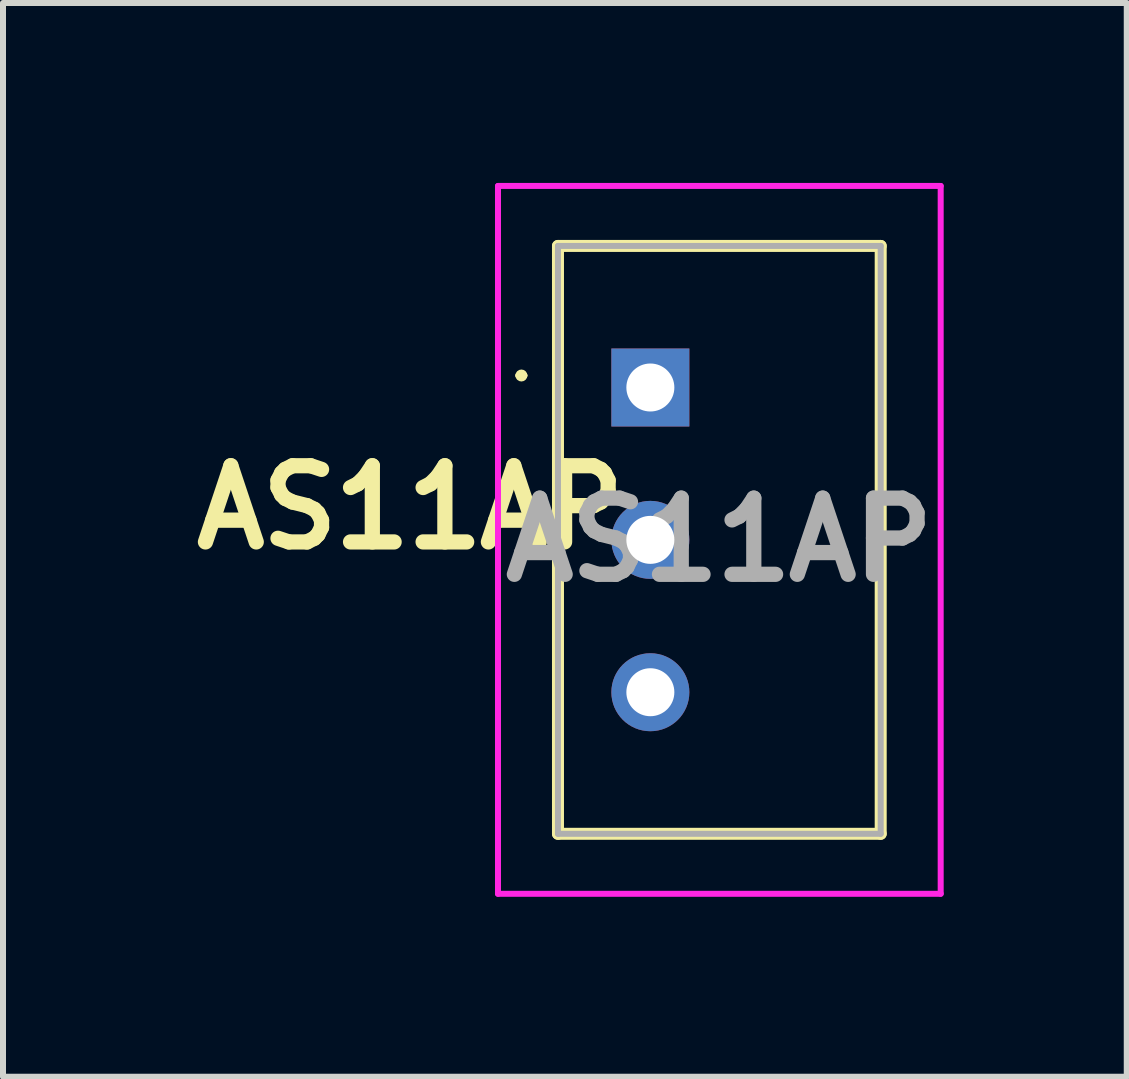
<source format=kicad_pcb>
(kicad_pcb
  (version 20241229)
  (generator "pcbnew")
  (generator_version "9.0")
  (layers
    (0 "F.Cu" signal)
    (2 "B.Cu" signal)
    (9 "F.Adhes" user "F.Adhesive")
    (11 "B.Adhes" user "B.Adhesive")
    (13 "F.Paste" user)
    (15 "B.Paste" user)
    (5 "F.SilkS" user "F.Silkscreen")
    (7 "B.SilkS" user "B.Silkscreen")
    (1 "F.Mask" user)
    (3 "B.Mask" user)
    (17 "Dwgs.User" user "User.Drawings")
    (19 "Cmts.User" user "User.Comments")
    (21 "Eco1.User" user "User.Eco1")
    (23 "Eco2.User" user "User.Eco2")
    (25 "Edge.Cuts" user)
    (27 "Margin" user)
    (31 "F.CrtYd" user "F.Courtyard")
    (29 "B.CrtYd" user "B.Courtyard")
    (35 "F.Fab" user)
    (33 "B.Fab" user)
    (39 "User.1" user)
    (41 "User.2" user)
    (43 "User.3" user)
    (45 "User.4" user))
  (footprint "AS11AP"
    (layer "F.Cu")
    (at 7.792 3.41)
    (property "Reference" "AS11AP" (at -4 2 0) (layer "F.SilkS") (effects (font (size 1.27 1.27) (thickness 0.254))))
    (attr through_hole)
    (fp_line (start -2.2 -0.2) (end -2.2 -0.2) (stroke (width 0.1) (type solid)) (layer "F.SilkS"))
    (fp_line (start -2.1 -0.2) (end -2.1 -0.2) (stroke (width 0.1) (type solid)) (layer "F.SilkS"))
    (fp_line (start -1.54 -2.36) (end 3.84 -2.36) (stroke (width 0.2) (type solid)) (layer "F.SilkS"))
    (fp_line (start -1.54 7.44) (end -1.54 -2.36) (stroke (width 0.2) (type solid)) (layer "F.SilkS"))
    (fp_line (start 3.84 -2.36) (end 3.84 7.44) (stroke (width 0.2) (type solid)) (layer "F.SilkS"))
    (fp_line (start 3.84 7.44) (end -1.54 7.44) (stroke (width 0.2) (type solid)) (layer "F.SilkS"))
    (fp_arc (start -2.2 -0.2) (mid -2.15 -0.25) (end -2.1 -0.2) (stroke (width 0.1) (type solid)) (layer "F.SilkS"))
    (fp_arc (start -2.1 -0.2) (mid -2.15 -0.15) (end -2.2 -0.2) (stroke (width 0.1) (type solid)) (layer "F.SilkS"))
    (fp_line (start -2.54 -3.36) (end 4.84 -3.36) (stroke (width 0.1) (type solid)) (layer "F.CrtYd"))
    (fp_line (start -2.54 8.44) (end -2.54 -3.36) (stroke (width 0.1) (type solid)) (layer "F.CrtYd"))
    (fp_line (start 4.84 -3.36) (end 4.84 8.44) (stroke (width 0.1) (type solid)) (layer "F.CrtYd"))
    (fp_line (start 4.84 8.44) (end -2.54 8.44) (stroke (width 0.1) (type solid)) (layer "F.CrtYd"))
    (fp_line (start -1.54 -2.36) (end 3.84 -2.36) (stroke (width 0.1) (type solid)) (layer "F.Fab"))
    (fp_line (start -1.54 7.44) (end -1.54 -2.36) (stroke (width 0.1) (type solid)) (layer "F.Fab"))
    (fp_line (start 3.84 -2.36) (end 3.84 7.44) (stroke (width 0.1) (type solid)) (layer "F.Fab"))
    (fp_line (start 3.84 7.44) (end -1.54 7.44) (stroke (width 0.1) (type solid)) (layer "F.Fab"))
    (fp_text user "${REFERENCE}" (at 1.15 2.54 0) (layer "F.Fab") (effects (font (size 1.27 1.27) (thickness 0.254))))
    (pad "1" thru_hole rect (at 0 0) (size 1.3 1.3) (drill 0.8) (layers "*.Cu" "*.Mask"))
    (pad "2" thru_hole circle (at 0 5.08) (size 1.3 1.3) (drill 0.8) (layers "*.Cu" "*.Mask"))
    (pad "3" thru_hole circle (at 0 2.54) (size 1.3 1.3) (drill 0.8) (layers "*.Cu" "*.Mask")))
  (gr_rect
    (start -3 -3)
    (end 15.734 14.9)
    (stroke (width 0.1) (type default))
    (fill no)
    (layer "Edge.Cuts")))
</source>
